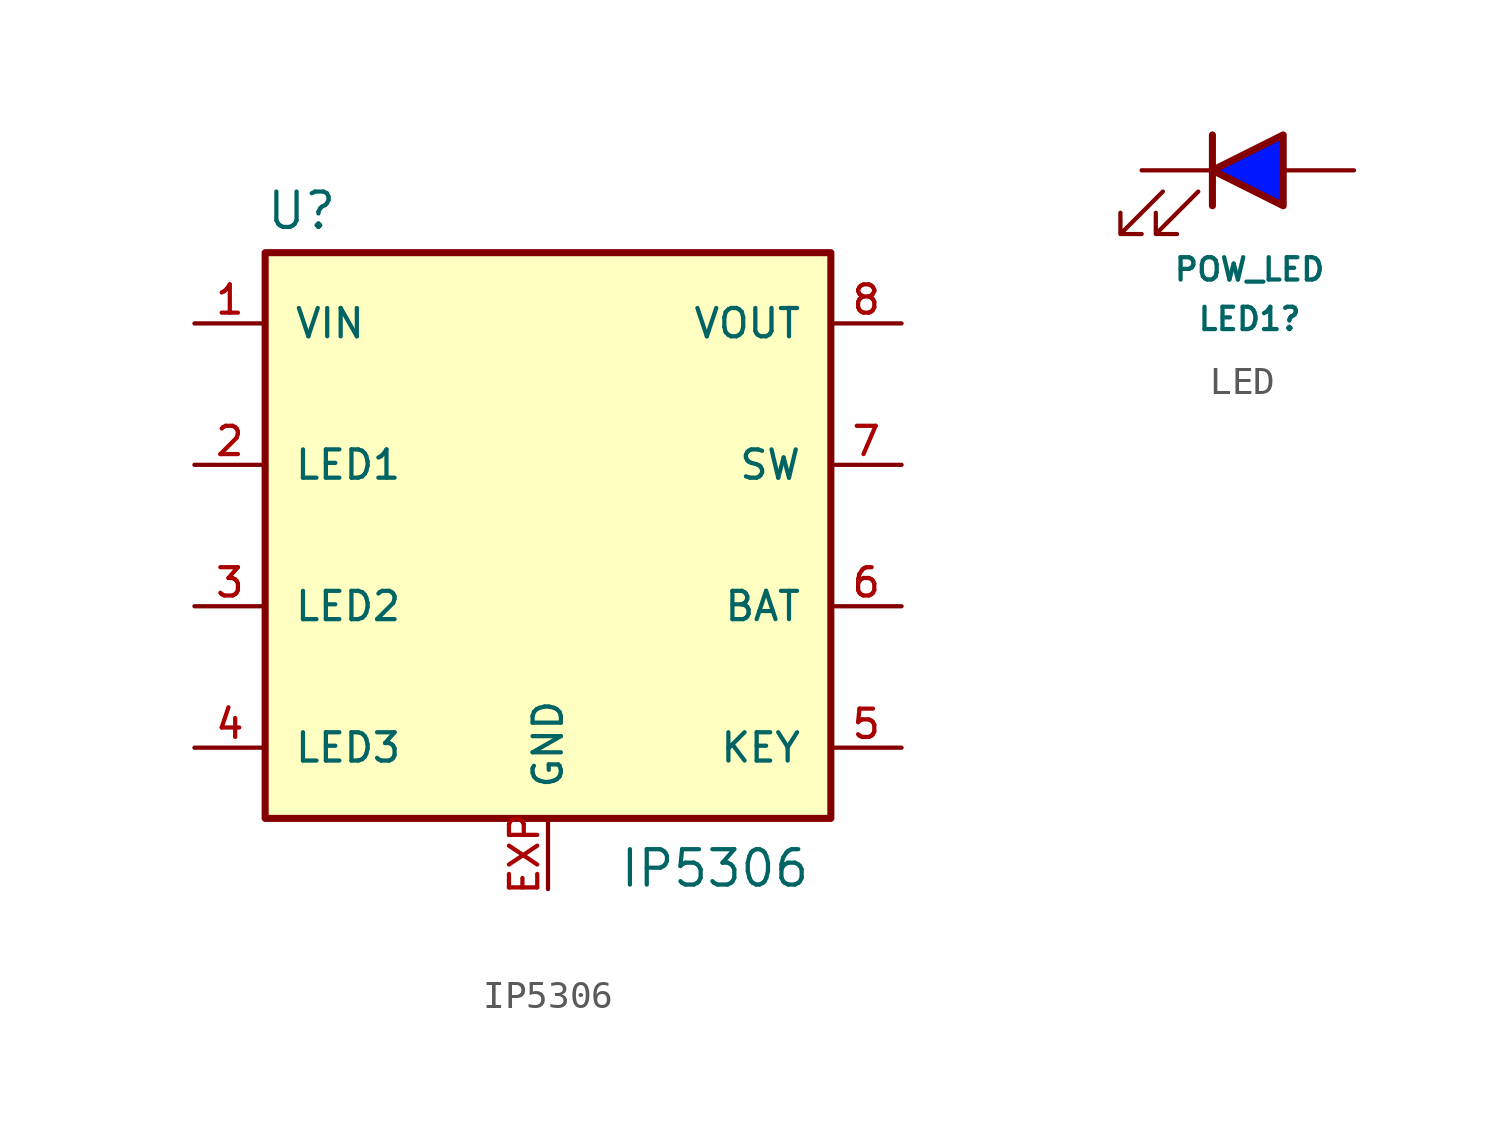
<source format=kicad_sym>
(kicad_symbol_lib
  (version 20231120)
  (generator "kicad_symbol_editor")
  (generator_version "8.0")
  (symbol "IP5306"
    (pin_names
      (offset 1.016))
    (property "Reference" "U"
      (at -10.16 10.922 0)
      (effects (font (size 1.27 1.27)) (justify left bottom)))
    (property "Value" "IP5306"
      (at 2.54 -12.7 0)
      (effects (font (size 1.27 1.27)) (justify left bottom)))
    (symbol "IP5306_0_0"
      (rectangle (start -10.16 -10.16) (end 10.16 10.16) (stroke (width 0.254) (type default)) (fill (type background)))
      (pin bidirectional line (at -12.7 7.62 0) (length 2.54) (name "VIN" (effects (font (size 1.016 1.016)))) (number "1" (effects (font (size 1.016 1.016)))))
      (pin bidirectional line (at -12.7 2.54 0) (length 2.54) (name "LED1" (effects (font (size 1.016 1.016)))) (number "2" (effects (font (size 1.016 1.016)))))
      (pin bidirectional line (at -12.7 -2.54 0) (length 2.54) (name "LED2" (effects (font (size 1.016 1.016)))) (number "3" (effects (font (size 1.016 1.016)))))
      (pin bidirectional line (at -12.7 -7.62 0) (length 2.54) (name "LED3" (effects (font (size 1.016 1.016)))) (number "4" (effects (font (size 1.016 1.016)))))
      (pin bidirectional line (at 12.7 -7.62 180) (length 2.54) (name "KEY" (effects (font (size 1.016 1.016)))) (number "5" (effects (font (size 1.016 1.016)))))
      (pin bidirectional line (at 12.7 -2.54 180) (length 2.54) (name "BAT" (effects (font (size 1.016 1.016)))) (number "6" (effects (font (size 1.016 1.016)))))
      (pin bidirectional line (at 12.7 2.54 180) (length 2.54) (name "SW" (effects (font (size 1.016 1.016)))) (number "7" (effects (font (size 1.016 1.016)))))
      (pin bidirectional line (at 12.7 7.62 180) (length 2.54) (name "VOUT" (effects (font (size 1.016 1.016)))) (number "8" (effects (font (size 1.016 1.016)))))
      (pin bidirectional line (at 0 -12.7 90) (length 2.54) (name "GND" (effects (font (size 1.016 1.016)))) (number "EXP" (effects (font (size 1.016 1.016)))))))
  (symbol "LED"
    (pin_numbers hide)
    (pin_names
      (offset 1.016) hide)
    (property "Reference" "LED1"
      (at 0.064 -5.334 0)
      (effects (font (size 0.8 0.8))))
    (property "Value" "POW_LED"
      (at 0.064 -3.556 0)
      (effects (font (size 0.8 0.8))))
    (symbol "LED_0_1"
      (polyline (pts (xy -1.27 -1.27) (xy -1.27 1.27)) (stroke (width 0.254) (type default)) (fill (type none)))
      (polyline (pts (xy -3.048 -0.762) (xy -4.572 -2.286) (xy -3.81 -2.286) (xy -4.572 -2.286) (xy -4.572 -1.524)) (stroke (width 0) (type default)) (fill (type none)))
      (polyline (pts (xy -1.778 -0.762) (xy -3.302 -2.286) (xy -2.54 -2.286) (xy -3.302 -2.286) (xy -3.302 -1.524)) (stroke (width 0) (type default)) (fill (type none))))
    (symbol "LED_1_1"
      (polyline (pts (xy 1.27 -1.27) (xy 1.27 1.27) (xy -1.27 0) (xy 1.27 -1.27)) (stroke (width 0.254) (type default)) (fill (type color) (color 0 23 255 1)))
      (pin passive line (at -3.81 0 0) (length 2.54) (name "K" (effects (font (size 1.27 1.27)))) (number "1" (effects (font (size 1.27 1.27)))))
      (pin passive line (at 3.81 0 180) (length 2.54) (name "A" (effects (font (size 1.27 1.27)))) (number "2" (effects (font (size 1.27 1.27))))))))
</source>
